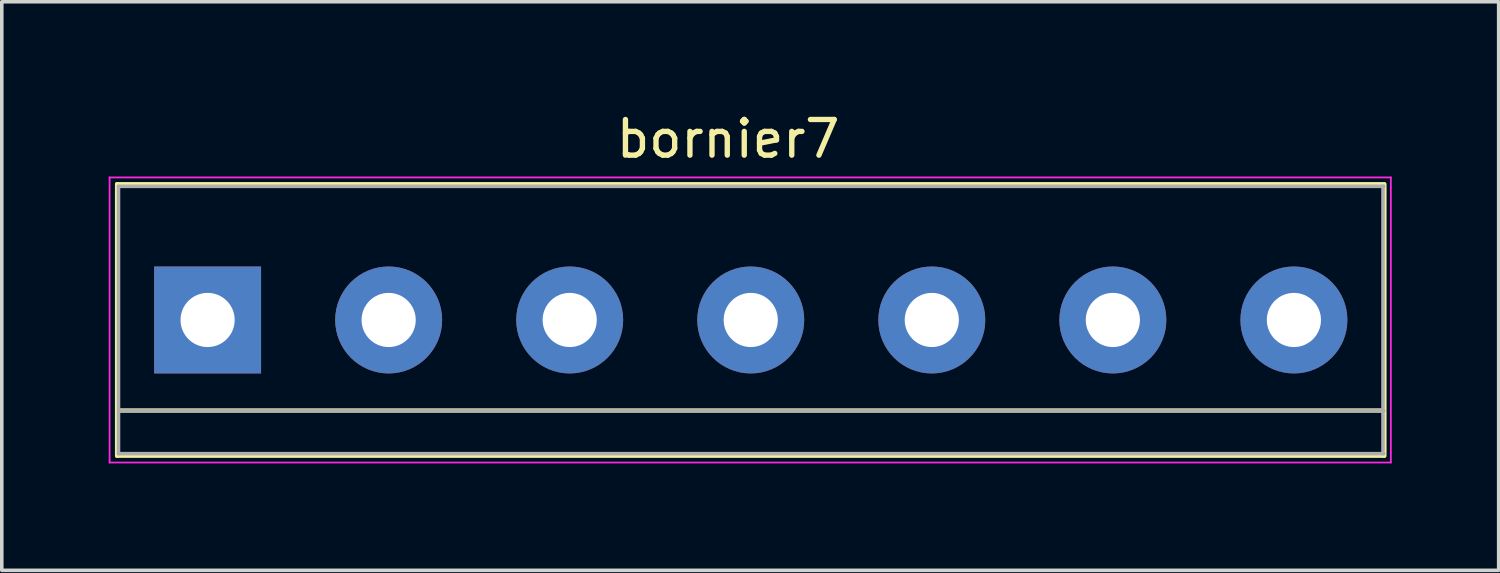
<source format=kicad_pcb>
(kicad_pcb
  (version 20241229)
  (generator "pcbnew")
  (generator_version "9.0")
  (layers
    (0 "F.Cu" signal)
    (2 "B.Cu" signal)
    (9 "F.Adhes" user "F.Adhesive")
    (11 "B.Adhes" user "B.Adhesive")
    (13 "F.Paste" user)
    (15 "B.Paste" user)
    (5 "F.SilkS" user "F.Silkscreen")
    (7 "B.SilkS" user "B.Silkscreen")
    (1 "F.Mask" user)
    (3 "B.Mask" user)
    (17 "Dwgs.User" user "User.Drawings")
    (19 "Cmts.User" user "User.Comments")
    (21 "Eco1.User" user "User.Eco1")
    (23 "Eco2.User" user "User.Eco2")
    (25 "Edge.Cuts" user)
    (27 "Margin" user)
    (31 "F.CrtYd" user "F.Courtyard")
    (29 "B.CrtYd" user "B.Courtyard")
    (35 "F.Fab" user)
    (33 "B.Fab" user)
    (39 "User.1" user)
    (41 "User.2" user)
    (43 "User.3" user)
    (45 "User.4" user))
  (footprint "bornier7"
    (layer "F.Cu")
    (at 2.775 5.928)
    (property "Reference" "bornier7" (at 14.605 -5.08 0) (layer "F.SilkS") (effects (font (size 1 1) (thickness 0.15))))
    (attr through_hole)
    (fp_line (start -2.54 -3.81) (end -2.54 3.81) (stroke (width 0.12) (type solid)) (layer "F.SilkS"))
    (fp_line (start -2.54 -3.81) (end 33 -3.81) (stroke (width 0.12) (type solid)) (layer "F.SilkS"))
    (fp_line (start -2.54 2.54) (end 33 2.54) (stroke (width 0.12) (type solid)) (layer "F.SilkS"))
    (fp_line (start -2.54 3.81) (end 33 3.81) (stroke (width 0.12) (type solid)) (layer "F.SilkS"))
    (fp_line (start 33.02 3.81) (end 33.02 -3.81) (stroke (width 0.12) (type solid)) (layer "F.SilkS"))
    (fp_line (start -2.75 -4) (end -2.75 4) (stroke (width 0.05) (type solid)) (layer "F.CrtYd"))
    (fp_line (start -2.75 -4) (end 33.2 -4) (stroke (width 0.05) (type solid)) (layer "F.CrtYd"))
    (fp_line (start 33.2 4) (end -2.75 4) (stroke (width 0.05) (type solid)) (layer "F.CrtYd"))
    (fp_line (start 33.2 4) (end 33.2 -4) (stroke (width 0.05) (type solid)) (layer "F.CrtYd"))
    (fp_line (start -2.5 -3.75) (end -2.5 3.75) (stroke (width 0.1) (type solid)) (layer "F.Fab"))
    (fp_line (start -2.5 2.55) (end 33 2.55) (stroke (width 0.1) (type solid)) (layer "F.Fab"))
    (fp_line (start -2.5 3.75) (end 33 3.75) (stroke (width 0.1) (type solid)) (layer "F.Fab"))
    (fp_line (start 32.98 3.75) (end 32.98 -3.75) (stroke (width 0.1) (type solid)) (layer "F.Fab"))
    (fp_line (start 33 -3.75) (end -2.5 -3.75) (stroke (width 0.1) (type solid)) (layer "F.Fab"))
    (pad "1" thru_hole rect (at 0 0) (size 3 3) (drill 1.52) (layers "*.Cu" "*.Mask"))
    (pad "2" thru_hole circle (at 5.08 0) (size 3 3) (drill 1.52) (layers "*.Cu" "*.Mask"))
    (pad "3" thru_hole circle (at 10.16 0) (size 3 3) (drill 1.52) (layers "*.Cu" "*.Mask"))
    (pad "4" thru_hole circle (at 15.24 0) (size 3 3) (drill 1.52) (layers "*.Cu" "*.Mask"))
    (pad "5" thru_hole circle (at 20.32 0) (size 3 3) (drill 1.52) (layers "*.Cu" "*.Mask"))
    (pad "6" thru_hole circle (at 25.4 0) (size 3 3) (drill 1.52) (layers "*.Cu" "*.Mask"))
    (pad "7" thru_hole circle (at 30.48 0) (size 3 3) (drill 1.52) (layers "*.Cu" "*.Mask")))
  (gr_rect
    (start -3 -3)
    (end 39 12.953)
    (stroke (width 0.1) (type default))
    (fill no)
    (layer "Edge.Cuts")))
</source>
